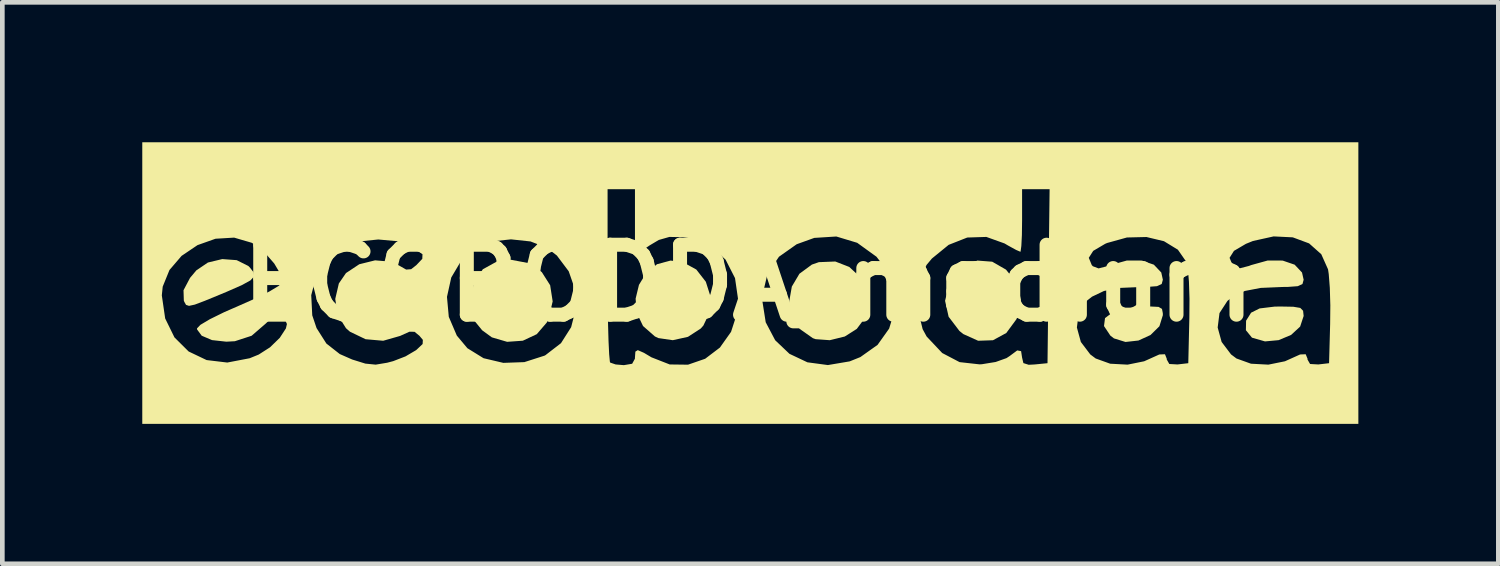
<source format=kicad_pcb>
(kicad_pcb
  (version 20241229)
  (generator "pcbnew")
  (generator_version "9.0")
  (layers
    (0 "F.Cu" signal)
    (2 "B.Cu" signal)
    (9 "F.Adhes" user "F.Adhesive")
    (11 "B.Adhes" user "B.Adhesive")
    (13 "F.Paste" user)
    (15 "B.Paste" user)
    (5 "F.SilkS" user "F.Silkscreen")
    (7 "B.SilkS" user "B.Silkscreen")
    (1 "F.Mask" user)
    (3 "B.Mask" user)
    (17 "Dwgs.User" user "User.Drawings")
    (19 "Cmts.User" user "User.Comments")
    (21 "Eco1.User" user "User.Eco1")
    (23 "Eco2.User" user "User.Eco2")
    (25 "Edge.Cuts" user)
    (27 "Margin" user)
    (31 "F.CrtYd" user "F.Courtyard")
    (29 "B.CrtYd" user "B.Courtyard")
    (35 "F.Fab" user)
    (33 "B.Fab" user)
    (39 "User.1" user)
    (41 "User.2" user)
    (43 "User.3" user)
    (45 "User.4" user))
  (footprint "ECOBODDA_medium"
    (layer "F.Cu")
    (at 12.993 3.018)
    (property "Reference" "ECOBODDA_medium" (at 0 0 0) (layer "F.SilkS") (effects (font (size 1.5 1.5) (thickness 0.3))))
    (attr board_only exclude_from_pos_files exclude_from_bom)
    (fp_poly (pts (xy 8.794 0.511) (xy 8.867 0.554) (xy 8.885 0.645) (xy 8.886 0.688) (xy 8.812 0.926) (xy 8.621 1.114) (xy 8.363 1.232) (xy 8.085 1.263) (xy 7.837 1.186) (xy 7.76 1.126) (xy 7.624 0.922) (xy 7.646 0.751) (xy 7.819 0.621) (xy 8.138 0.538) (xy 8.335 0.518) (xy 8.63 0.503)) (stroke (width 0) (type solid)) (fill yes) (layer "F.SilkS"))
    (fp_poly (pts (xy 11.683 0.508) (xy 11.832 0.533) (xy 11.892 0.594) (xy 11.904 0.706) (xy 11.829 0.933) (xy 11.635 1.112) (xy 11.368 1.224) (xy 11.076 1.251) (xy 10.803 1.173) (xy 10.793 1.167) (xy 10.666 1.011) (xy 10.67 0.806) (xy 10.778 0.635) (xy 10.96 0.544) (xy 11.282 0.505) (xy 11.407 0.503)) (stroke (width 0) (type solid)) (fill yes) (layer "F.SilkS"))
    (fp_poly (pts (xy 5.227 -0.458) (xy 5.523 -0.288) (xy 5.761 0.009) (xy 5.843 0.357) (xy 5.767 0.73) (xy 5.746 0.777) (xy 5.529 1.071) (xy 5.244 1.226) (xy 4.926 1.237) (xy 4.609 1.094) (xy 4.525 1.027) (xy 4.293 0.722) (xy 4.217 0.381) (xy 4.302 0.031) (xy 4.355 -0.065) (xy 4.61 -0.349) (xy 4.908 -0.482)) (stroke (width 0) (type solid)) (fill yes) (layer "F.SilkS"))
    (fp_poly (pts (xy -4.718 -0.429) (xy -4.429 -0.236) (xy -4.249 0.047) (xy -4.195 0.393) (xy -4.285 0.77) (xy -4.321 0.846) (xy -4.536 1.096) (xy -4.835 1.236) (xy -5.171 1.26) (xy -5.499 1.164) (xy -5.707 1.012) (xy -5.87 0.812) (xy -5.94 0.596) (xy -5.952 0.377) (xy -5.884 -0.011) (xy -5.692 -0.296) (xy -5.389 -0.463) (xy -5.099 -0.501)) (stroke (width 0) (type solid)) (fill yes) (layer "F.SilkS"))
    (fp_poly (pts (xy -1.41 -0.451) (xy -1.116 -0.29) (xy -0.912 -0.028) (xy -0.811 0.289) (xy -0.825 0.618) (xy -0.965 0.912) (xy -1.021 0.975) (xy -1.295 1.153) (xy -1.62 1.225) (xy -1.928 1.18) (xy -2.003 1.145) (xy -2.258 0.921) (xy -2.392 0.641) (xy -2.417 0.335) (xy -2.345 0.038) (xy -2.188 -0.219) (xy -1.958 -0.404) (xy -1.668 -0.482)) (stroke (width 0) (type solid)) (fill yes) (layer "F.SilkS"))
    (fp_poly (pts (xy 2.164 -0.345) (xy 2.395 -0.13) (xy 2.536 0.15) (xy 2.571 0.463) (xy 2.479 0.776) (xy 2.324 0.983) (xy 2.067 1.146) (xy 1.746 1.225) (xy 1.443 1.203) (xy 1.383 1.182) (xy 1.099 0.982) (xy 0.931 0.705) (xy 0.877 0.389) (xy 0.932 0.075) (xy 1.095 -0.2) (xy 1.362 -0.396) (xy 1.512 -0.448) (xy 1.864 -0.462)) (stroke (width 0) (type solid)) (fill yes) (layer "F.SilkS"))
    (fp_poly (pts (xy -10.969 -0.491) (xy -10.721 -0.367) (xy -10.686 -0.333) (xy -10.606 -0.229) (xy -10.595 -0.143) (xy -10.674 -0.057) (xy -10.864 0.047) (xy -11.183 0.187) (xy -11.315 0.242) (xy -11.653 0.381) (xy -11.867 0.462) (xy -11.991 0.489) (xy -12.055 0.468) (xy -12.091 0.404) (xy -12.102 0.377) (xy -12.109 0.154) (xy -11.969 -0.111) (xy -11.834 -0.272) (xy -11.586 -0.44) (xy -11.278 -0.514)) (stroke (width 0) (type solid)) (fill yes) (layer "F.SilkS"))
    (fp_poly (pts (xy 13.077 0) (xy 13.077 3.018) (xy 0.042 3.018) (xy -12.993 3.018) (xy -12.993 0.264) (xy -12.574 0.264) (xy -12.502 0.759) (xy -12.303 1.165) (xy -11.999 1.467) (xy -11.614 1.651) (xy -11.171 1.704) (xy -10.691 1.612) (xy -10.497 1.533) (xy -10.255 1.378) (xy -10.046 1.175) (xy -9.914 0.973) (xy -9.892 0.878) (xy -9.95 0.747) (xy -10.091 0.717) (xy -10.263 0.79) (xy -10.347 0.869) (xy -10.649 1.13) (xy -11.008 1.247) (xy -11.191 1.257) (xy -11.498 1.223) (xy -11.719 1.129) (xy -11.818 0.995) (xy -11.82 0.972) (xy -11.746 0.895) (xy -11.544 0.775) (xy -11.241 0.626) (xy -10.919 0.485) (xy -10.561 0.327) (xy -10.428 0.26) (xy -9.371 0.26) (xy -9.349 0.692) (xy -9.257 0.965) (xy -9.046 1.297) (xy -8.759 1.522) (xy -8.493 1.639) (xy -8.21 1.727) (xy -7.989 1.749) (xy -7.743 1.708) (xy -7.614 1.674) (xy -7.35 1.572) (xy -7.124 1.439) (xy -7.111 1.428) (xy -6.983 1.307) (xy -6.978 1.218) (xy -7.052 1.13) (xy -7.156 1.045) (xy -7.265 1.043) (xy -7.447 1.125) (xy -7.464 1.133) (xy -7.828 1.237) (xy -8.206 1.204) (xy -8.541 1.043) (xy -8.626 0.968) (xy -8.805 0.681) (xy -8.856 0.342) (xy -8.846 0.297) (xy -6.461 0.297) (xy -6.422 0.724) (xy -6.25 1.126) (xy -6.023 1.397) (xy -5.677 1.611) (xy -5.253 1.711) (xy -4.802 1.695) (xy -4.372 1.557) (xy -4.353 1.548) (xy -4.017 1.289) (xy -3.799 0.946) (xy -3.698 0.551) (xy -3.715 0.14) (xy -3.851 -0.252) (xy -4.105 -0.59) (xy -4.32 -0.756) (xy -4.67 -0.892) (xy -5.089 -0.937) (xy -5.504 -0.892) (xy -5.808 -0.777) (xy -6.15 -0.489) (xy -6.369 -0.119) (xy -6.461 0.297) (xy -8.846 0.297) (xy -8.779 0.009) (xy -8.626 -0.214) (xy -8.341 -0.403) (xy -8.002 -0.487) (xy -7.67 -0.459) (xy -7.497 -0.381) (xy -7.336 -0.289) (xy -7.229 -0.297) (xy -7.118 -0.384) (xy -6.99 -0.519) (xy -6.986 -0.618) (xy -7.117 -0.727) (xy -7.211 -0.784) (xy -7.533 -0.898) (xy -7.934 -0.934) (xy -8.346 -0.892) (xy -8.701 -0.774) (xy -9.034 -0.514) (xy -9.262 -0.156) (xy -9.371 0.26) (xy -10.428 0.26) (xy -10.267 0.18) (xy -10.067 0.06) (xy -9.994 -0.012) (xy -10.029 -0.191) (xy -10.164 -0.419) (xy -10.363 -0.648) (xy -10.588 -0.829) (xy -10.648 -0.864) (xy -11.024 -0.974) (xy -11.423 -0.95) (xy -11.809 -0.813) (xy -12.15 -0.583) (xy -12.41 -0.28) (xy -12.555 0.077) (xy -12.574 0.264) (xy -12.993 0.264) (xy -12.993 0) (xy -12.993 -2.012) (xy -3.018 -2.012) (xy -3.018 -0.182) (xy -3.015 0.356) (xy -3.009 0.837) (xy -2.998 1.235) (xy -2.984 1.525) (xy -2.969 1.684) (xy -2.962 1.705) (xy -2.845 1.745) (xy -2.669 1.76) (xy -2.491 1.73) (xy -2.432 1.622) (xy -2.431 1.593) (xy -2.422 1.47) (xy -2.37 1.438) (xy -2.238 1.496) (xy -2.077 1.592) (xy -1.686 1.745) (xy -1.294 1.75) (xy -0.926 1.623) (xy -0.61 1.383) (xy -0.371 1.046) (xy -0.236 0.63) (xy -0.216 0.377) (xy 0.299 0.377) (xy 0.372 0.841) (xy 0.575 1.226) (xy 0.881 1.517) (xy 1.266 1.699) (xy 1.705 1.758) (xy 2.172 1.679) (xy 2.401 1.587) (xy 2.77 1.325) (xy 3.018 0.976) (xy 3.141 0.573) (xy 3.134 0.259) (xy 3.639 0.259) (xy 3.653 0.646) (xy 3.736 0.988) (xy 3.822 1.146) (xy 4.156 1.5) (xy 4.528 1.695) (xy 4.957 1.743) (xy 5.007 1.74) (xy 5.302 1.692) (xy 5.534 1.609) (xy 5.601 1.565) (xy 5.764 1.444) (xy 5.847 1.46) (xy 5.868 1.598) (xy 5.896 1.716) (xy 6.01 1.752) (xy 6.14 1.745) (xy 6.413 1.718) (xy 6.422 0.953) (xy 7.043 0.953) (xy 7.128 1.263) (xy 7.33 1.53) (xy 7.446 1.617) (xy 7.757 1.729) (xy 8.13 1.749) (xy 8.485 1.677) (xy 8.581 1.634) (xy 8.81 1.531) (xy 8.931 1.526) (xy 8.969 1.621) (xy 8.97 1.64) (xy 9.024 1.735) (xy 9.2 1.745) (xy 9.431 1.718) (xy 9.449 0.953) (xy 10.061 0.953) (xy 10.146 1.263) (xy 10.348 1.53) (xy 10.464 1.617) (xy 10.775 1.729) (xy 11.148 1.749) (xy 11.503 1.677) (xy 11.599 1.634) (xy 11.828 1.531) (xy 11.948 1.526) (xy 11.987 1.621) (xy 11.987 1.64) (xy 12.042 1.735) (xy 12.218 1.745) (xy 12.449 1.718) (xy 12.472 0.879) (xy 12.476 0.478) (xy 12.465 0.102) (xy 12.442 -0.193) (xy 12.427 -0.294) (xy 12.282 -0.618) (xy 12.021 -0.85) (xy 11.671 -0.98) (xy 11.261 -1) (xy 10.818 -0.902) (xy 10.667 -0.841) (xy 10.41 -0.69) (xy 10.316 -0.541) (xy 10.38 -0.385) (xy 10.404 -0.36) (xy 10.526 -0.314) (xy 10.732 -0.367) (xy 10.778 -0.385) (xy 11.132 -0.483) (xy 11.454 -0.482) (xy 11.711 -0.394) (xy 11.869 -0.226) (xy 11.904 -0.071) (xy 11.879 0.02) (xy 11.779 0.067) (xy 11.564 0.083) (xy 11.453 0.084) (xy 10.984 0.104) (xy 10.641 0.17) (xy 10.385 0.292) (xy 10.27 0.383) (xy 10.1 0.644) (xy 10.061 0.953) (xy 9.449 0.953) (xy 9.454 0.746) (xy 9.457 0.336) (xy 9.445 -0.03) (xy 9.421 -0.31) (xy 9.393 -0.449) (xy 9.208 -0.715) (xy 8.91 -0.897) (xy 8.534 -0.987) (xy 8.116 -0.977) (xy 7.691 -0.859) (xy 7.649 -0.841) (xy 7.393 -0.69) (xy 7.298 -0.541) (xy 7.362 -0.385) (xy 7.386 -0.36) (xy 7.508 -0.314) (xy 7.714 -0.367) (xy 7.76 -0.385) (xy 8.114 -0.483) (xy 8.436 -0.482) (xy 8.693 -0.394) (xy 8.852 -0.226) (xy 8.886 -0.071) (xy 8.861 0.02) (xy 8.761 0.067) (xy 8.546 0.083) (xy 8.435 0.084) (xy 7.966 0.104) (xy 7.623 0.17) (xy 7.367 0.292) (xy 7.252 0.383) (xy 7.082 0.644) (xy 7.043 0.953) (xy 6.422 0.953) (xy 6.435 -0.147) (xy 6.458 -2.012) (xy 6.163 -2.012) (xy 5.868 -2.012) (xy 5.868 -1.341) (xy 5.864 -1.03) (xy 5.852 -0.795) (xy 5.836 -0.677) (xy 5.831 -0.671) (xy 5.742 -0.709) (xy 5.565 -0.806) (xy 5.492 -0.849) (xy 5.102 -0.989) (xy 4.693 -0.976) (xy 4.294 -0.819) (xy 3.935 -0.526) (xy 3.819 -0.387) (xy 3.694 -0.107) (xy 3.639 0.259) (xy 3.134 0.259) (xy 3.132 0.152) (xy 2.987 -0.252) (xy 2.747 -0.564) (xy 2.333 -0.863) (xy 1.886 -0.998) (xy 1.413 -0.968) (xy 1.036 -0.832) (xy 0.656 -0.564) (xy 0.41 -0.198) (xy 0.303 0.258) (xy 0.299 0.377) (xy -0.216 0.377) (xy -0.286 -0.106) (xy -0.488 -0.502) (xy -0.806 -0.791) (xy -1.225 -0.957) (xy -1.398 -0.983) (xy -1.692 -0.989) (xy -1.92 -0.924) (xy -2.117 -0.807) (xy -2.431 -0.592) (xy -2.431 -1.302) (xy -2.431 -2.012) (xy -2.724 -2.012) (xy -3.018 -2.012) (xy -12.993 -2.012) (xy -12.993 -3.018) (xy 0.042 -3.018) (xy 13.077 -3.018)) (stroke (width 0) (type solid)) (fill yes) (layer "F.SilkS")))
  (gr_rect
    (start -3 -3)
    (end 29.071 9.036)
    (stroke (width 0.1) (type default))
    (fill no)
    (layer "Edge.Cuts")))
</source>
